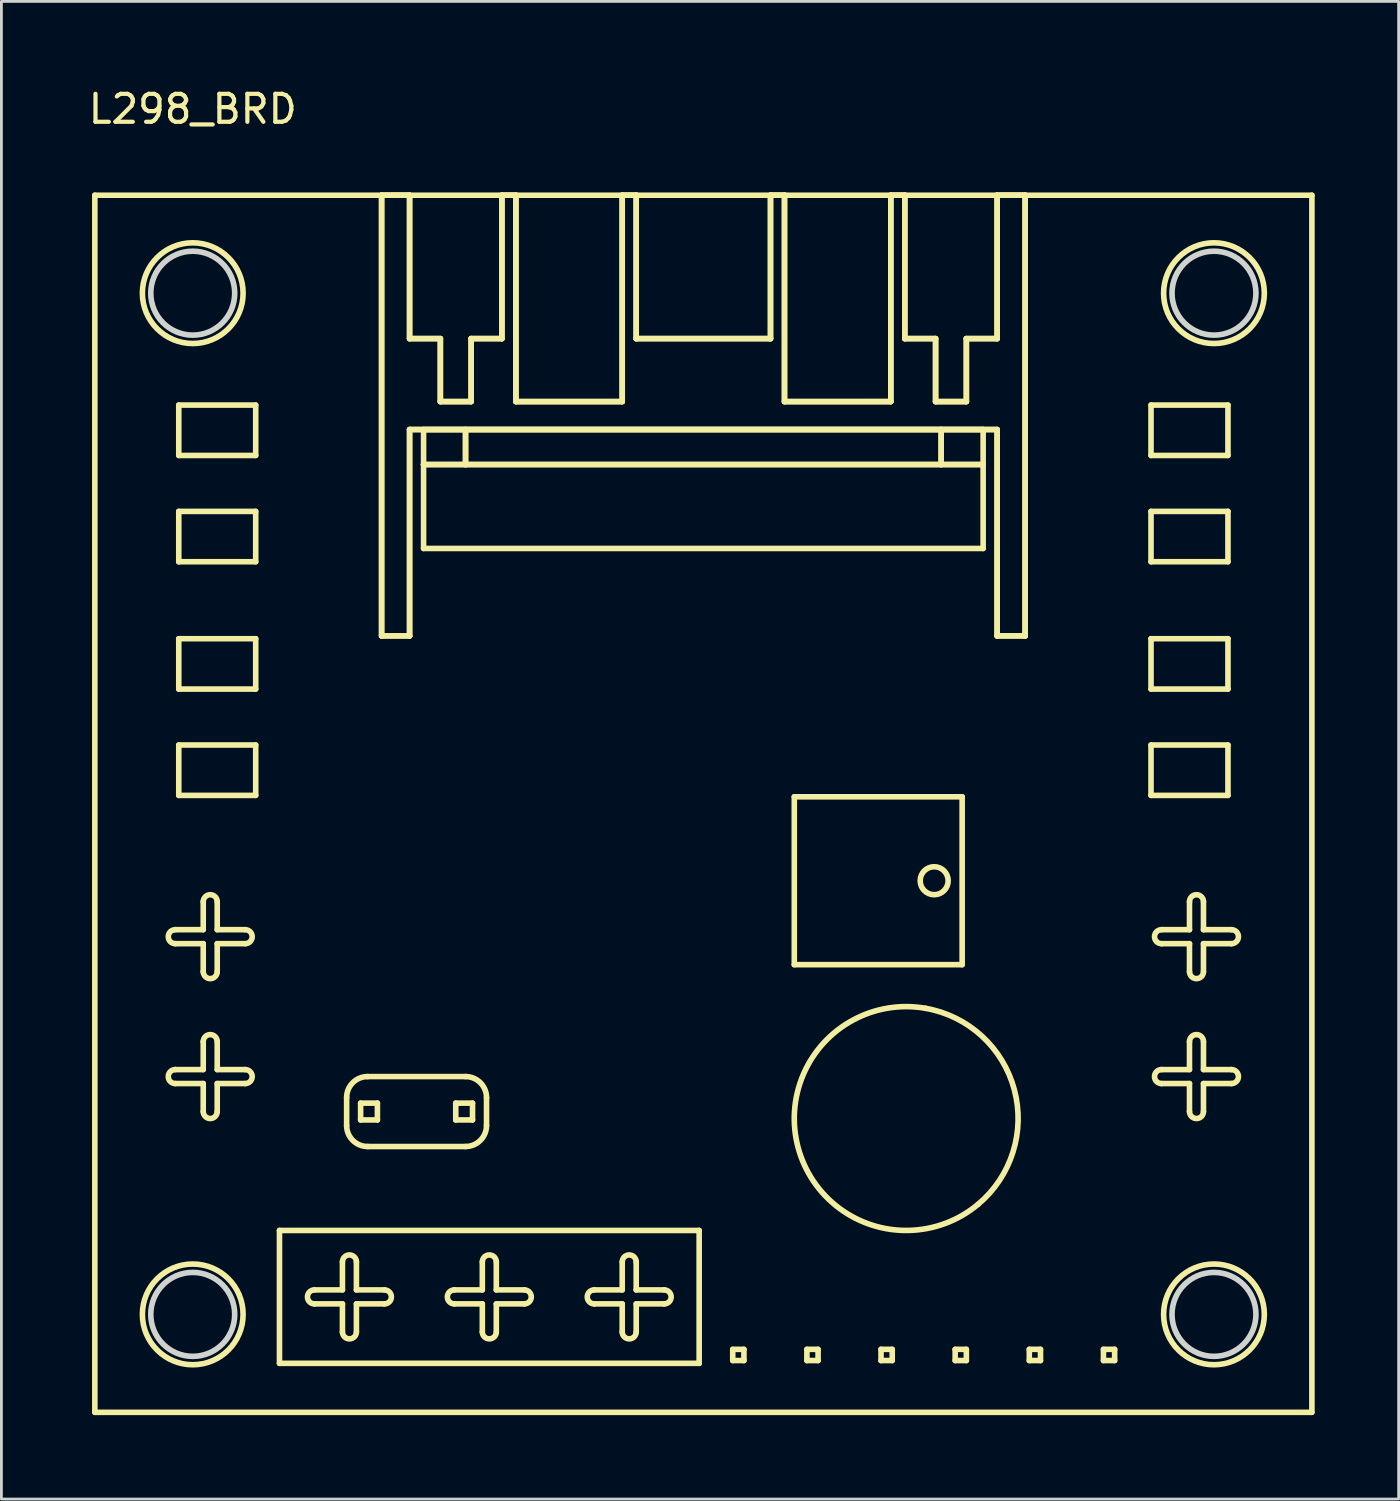
<source format=kicad_pcb>
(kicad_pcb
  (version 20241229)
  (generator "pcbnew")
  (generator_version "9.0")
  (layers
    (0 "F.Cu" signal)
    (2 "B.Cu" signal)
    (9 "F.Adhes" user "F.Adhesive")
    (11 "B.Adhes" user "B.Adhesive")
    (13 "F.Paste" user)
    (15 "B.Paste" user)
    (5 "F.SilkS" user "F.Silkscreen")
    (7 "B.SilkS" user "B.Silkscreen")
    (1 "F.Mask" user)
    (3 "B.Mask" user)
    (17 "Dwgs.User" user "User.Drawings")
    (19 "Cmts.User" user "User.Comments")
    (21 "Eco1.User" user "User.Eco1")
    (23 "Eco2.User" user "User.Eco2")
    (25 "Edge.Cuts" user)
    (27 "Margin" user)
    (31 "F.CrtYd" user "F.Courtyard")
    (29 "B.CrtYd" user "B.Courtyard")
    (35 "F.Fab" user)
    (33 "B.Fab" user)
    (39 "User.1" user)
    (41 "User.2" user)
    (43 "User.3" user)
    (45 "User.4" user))
  (footprint "L298_BRD"
    (layer "F.Cu")
    (at 3.839 7.428)
    (property "Reference" "L298_BRD" (at 0 -6.58 0) (unlocked yes) (layer "F.SilkS") (effects (font (size 1 1) (thickness 0.15))))
    (attr smd)
    (fp_line (start -3.5 -3.5) (end 40 -3.5) (stroke (width 0.2) (type solid)) (layer "F.SilkS"))
    (fp_line (start -3.5 40) (end -3.5 -3.5) (stroke (width 0.2) (type solid)) (layer "F.SilkS"))
    (fp_line (start -0.625 23.25) (end 0.375 23.25) (stroke (width 0.2) (type solid)) (layer "F.SilkS"))
    (fp_line (start -0.625 28.25) (end 0.375 28.25) (stroke (width 0.2) (type solid)) (layer "F.SilkS"))
    (fp_line (start -0.5 4) (end -0.5 5.8) (stroke (width 0.2) (type solid)) (layer "F.SilkS"))
    (fp_line (start -0.5 5.8) (end 2.25 5.8) (stroke (width 0.2) (type solid)) (layer "F.SilkS"))
    (fp_line (start -0.5 7.8) (end -0.5 9.6) (stroke (width 0.2) (type solid)) (layer "F.SilkS"))
    (fp_line (start -0.5 9.6) (end 2.25 9.6) (stroke (width 0.2) (type solid)) (layer "F.SilkS"))
    (fp_line (start -0.5 12.35) (end -0.5 14.15) (stroke (width 0.2) (type solid)) (layer "F.SilkS"))
    (fp_line (start -0.5 14.15) (end 2.25 14.15) (stroke (width 0.2) (type solid)) (layer "F.SilkS"))
    (fp_line (start -0.5 16.15) (end -0.5 17.95) (stroke (width 0.2) (type solid)) (layer "F.SilkS"))
    (fp_line (start -0.5 17.95) (end 2.25 17.95) (stroke (width 0.2) (type solid)) (layer "F.SilkS"))
    (fp_line (start 0.375 21.75) (end 0.375 22.75) (stroke (width 0.2) (type solid)) (layer "F.SilkS"))
    (fp_line (start 0.375 22.75) (end -0.625 22.75) (stroke (width 0.2) (type solid)) (layer "F.SilkS"))
    (fp_line (start 0.375 23.25) (end 0.375 24.25) (stroke (width 0.2) (type solid)) (layer "F.SilkS"))
    (fp_line (start 0.375 26.75) (end 0.375 27.75) (stroke (width 0.2) (type solid)) (layer "F.SilkS"))
    (fp_line (start 0.375 27.75) (end -0.625 27.75) (stroke (width 0.2) (type solid)) (layer "F.SilkS"))
    (fp_line (start 0.375 28.25) (end 0.375 29.25) (stroke (width 0.2) (type solid)) (layer "F.SilkS"))
    (fp_line (start 0.875 22.75) (end 0.875 21.75) (stroke (width 0.2) (type solid)) (layer "F.SilkS"))
    (fp_line (start 0.875 23.25) (end 1.875 23.25) (stroke (width 0.2) (type solid)) (layer "F.SilkS"))
    (fp_line (start 0.875 24.25) (end 0.875 23.25) (stroke (width 0.2) (type solid)) (layer "F.SilkS"))
    (fp_line (start 0.875 27.75) (end 0.875 26.75) (stroke (width 0.2) (type solid)) (layer "F.SilkS"))
    (fp_line (start 0.875 28.25) (end 1.875 28.25) (stroke (width 0.2) (type solid)) (layer "F.SilkS"))
    (fp_line (start 0.875 29.25) (end 0.875 28.25) (stroke (width 0.2) (type solid)) (layer "F.SilkS"))
    (fp_line (start 1.875 22.75) (end 0.875 22.75) (stroke (width 0.2) (type solid)) (layer "F.SilkS"))
    (fp_line (start 1.875 27.75) (end 0.875 27.75) (stroke (width 0.2) (type solid)) (layer "F.SilkS"))
    (fp_line (start 2.25 4) (end -0.5 4) (stroke (width 0.2) (type solid)) (layer "F.SilkS"))
    (fp_line (start 2.25 5.8) (end 2.25 4) (stroke (width 0.2) (type solid)) (layer "F.SilkS"))
    (fp_line (start 2.25 7.8) (end -0.5 7.8) (stroke (width 0.2) (type solid)) (layer "F.SilkS"))
    (fp_line (start 2.25 9.6) (end 2.25 7.8) (stroke (width 0.2) (type solid)) (layer "F.SilkS"))
    (fp_line (start 2.25 12.35) (end -0.5 12.35) (stroke (width 0.2) (type solid)) (layer "F.SilkS"))
    (fp_line (start 2.25 14.15) (end 2.25 12.35) (stroke (width 0.2) (type solid)) (layer "F.SilkS"))
    (fp_line (start 2.25 16.15) (end -0.5 16.15) (stroke (width 0.2) (type solid)) (layer "F.SilkS"))
    (fp_line (start 2.25 17.95) (end 2.25 16.15) (stroke (width 0.2) (type solid)) (layer "F.SilkS"))
    (fp_line (start 3.1 33.5) (end 3.1 38.25) (stroke (width 0.2) (type solid)) (layer "F.SilkS"))
    (fp_line (start 3.1 38.25) (end 18.1 38.25) (stroke (width 0.2) (type solid)) (layer "F.SilkS"))
    (fp_line (start 4.35 36.125) (end 5.35 36.125) (stroke (width 0.2) (type solid)) (layer "F.SilkS"))
    (fp_line (start 5.35 34.625) (end 5.35 35.625) (stroke (width 0.2) (type solid)) (layer "F.SilkS"))
    (fp_line (start 5.35 35.625) (end 4.35 35.625) (stroke (width 0.2) (type solid)) (layer "F.SilkS"))
    (fp_line (start 5.35 36.125) (end 5.35 37.125) (stroke (width 0.2) (type solid)) (layer "F.SilkS"))
    (fp_line (start 5.5 28.75) (end 5.5 29.75) (stroke (width 0.2) (type solid)) (layer "F.SilkS"))
    (fp_line (start 5.85 35.625) (end 5.85 34.625) (stroke (width 0.2) (type solid)) (layer "F.SilkS"))
    (fp_line (start 5.85 36.125) (end 6.85 36.125) (stroke (width 0.2) (type solid)) (layer "F.SilkS"))
    (fp_line (start 5.85 37.125) (end 5.85 36.125) (stroke (width 0.2) (type solid)) (layer "F.SilkS"))
    (fp_line (start 6 28.95) (end 6.6 28.95) (stroke (width 0.2) (type solid)) (layer "F.SilkS"))
    (fp_line (start 6 29.55) (end 6 28.95) (stroke (width 0.2) (type solid)) (layer "F.SilkS"))
    (fp_line (start 6.25 30.5) (end 9.75 30.5) (stroke (width 0.2) (type solid)) (layer "F.SilkS"))
    (fp_line (start 6.6 28.95) (end 6.6 29.55) (stroke (width 0.2) (type solid)) (layer "F.SilkS"))
    (fp_line (start 6.6 29.55) (end 6 29.55) (stroke (width 0.2) (type solid)) (layer "F.SilkS"))
    (fp_line (start 6.75 -3.5) (end 6.75 12.25) (stroke (width 0.2) (type solid)) (layer "F.SilkS"))
    (fp_line (start 6.75 -3.5) (end 6.75 12.25) (stroke (width 0.2) (type solid)) (layer "F.SilkS"))
    (fp_line (start 6.75 12.25) (end 7.75 12.25) (stroke (width 0.2) (type solid)) (layer "F.SilkS"))
    (fp_line (start 6.75 12.25) (end 7.75 12.25) (stroke (width 0.2) (type solid)) (layer "F.SilkS"))
    (fp_line (start 6.85 35.625) (end 5.85 35.625) (stroke (width 0.2) (type solid)) (layer "F.SilkS"))
    (fp_line (start 7.75 -3.5) (end 6.75 -3.5) (stroke (width 0.2) (type solid)) (layer "F.SilkS"))
    (fp_line (start 7.75 -3.5) (end 6.75 -3.5) (stroke (width 0.2) (type solid)) (layer "F.SilkS"))
    (fp_line (start 7.75 1.625) (end 7.75 -3.5) (stroke (width 0.2) (type solid)) (layer "F.SilkS"))
    (fp_line (start 7.75 1.625) (end 7.75 -3.5) (stroke (width 0.2) (type solid)) (layer "F.SilkS"))
    (fp_line (start 7.75 4.875) (end 28.75 4.875) (stroke (width 0.2) (type solid)) (layer "F.SilkS"))
    (fp_line (start 7.75 4.875) (end 28.75 4.875) (stroke (width 0.2) (type solid)) (layer "F.SilkS"))
    (fp_line (start 7.75 12.25) (end 7.75 4.875) (stroke (width 0.2) (type solid)) (layer "F.SilkS"))
    (fp_line (start 7.75 12.25) (end 7.75 4.875) (stroke (width 0.2) (type solid)) (layer "F.SilkS"))
    (fp_line (start 8.25 4.875) (end 8.25 6.125) (stroke (width 0.2) (type solid)) (layer "F.SilkS"))
    (fp_line (start 8.25 6.125) (end 8.25 9.125) (stroke (width 0.2) (type solid)) (layer "F.SilkS"))
    (fp_line (start 8.25 6.125) (end 9.75 6.125) (stroke (width 0.2) (type solid)) (layer "F.SilkS"))
    (fp_line (start 8.25 9.125) (end 28.25 9.125) (stroke (width 0.2) (type solid)) (layer "F.SilkS"))
    (fp_line (start 8.85 1.625) (end 7.75 1.625) (stroke (width 0.2) (type solid)) (layer "F.SilkS"))
    (fp_line (start 8.85 1.625) (end 7.75 1.625) (stroke (width 0.2) (type solid)) (layer "F.SilkS"))
    (fp_line (start 8.85 3.875) (end 8.85 1.625) (stroke (width 0.2) (type solid)) (layer "F.SilkS"))
    (fp_line (start 8.85 3.875) (end 8.85 1.625) (stroke (width 0.2) (type solid)) (layer "F.SilkS"))
    (fp_line (start 9.35 36.125) (end 10.35 36.125) (stroke (width 0.2) (type solid)) (layer "F.SilkS"))
    (fp_line (start 9.4 28.95) (end 10 28.95) (stroke (width 0.2) (type solid)) (layer "F.SilkS"))
    (fp_line (start 9.4 29.55) (end 9.4 28.95) (stroke (width 0.2) (type solid)) (layer "F.SilkS"))
    (fp_line (start 9.75 4.875) (end 8.25 4.875) (stroke (width 0.2) (type solid)) (layer "F.SilkS"))
    (fp_line (start 9.75 4.875) (end 9.75 6.125) (stroke (width 0.2) (type solid)) (layer "F.SilkS"))
    (fp_line (start 9.75 6.125) (end 9.75 4.875) (stroke (width 0.2) (type solid)) (layer "F.SilkS"))
    (fp_line (start 9.75 6.125) (end 26.75 6.125) (stroke (width 0.2) (type solid)) (layer "F.SilkS"))
    (fp_line (start 9.75 28) (end 6.25 28) (stroke (width 0.2) (type solid)) (layer "F.SilkS"))
    (fp_line (start 9.95 1.625) (end 9.95 3.875) (stroke (width 0.2) (type solid)) (layer "F.SilkS"))
    (fp_line (start 9.95 1.625) (end 9.95 3.875) (stroke (width 0.2) (type solid)) (layer "F.SilkS"))
    (fp_line (start 9.95 3.875) (end 8.85 3.875) (stroke (width 0.2) (type solid)) (layer "F.SilkS"))
    (fp_line (start 9.95 3.875) (end 8.85 3.875) (stroke (width 0.2) (type solid)) (layer "F.SilkS"))
    (fp_line (start 10 28.95) (end 10 29.55) (stroke (width 0.2) (type solid)) (layer "F.SilkS"))
    (fp_line (start 10 29.55) (end 9.4 29.55) (stroke (width 0.2) (type solid)) (layer "F.SilkS"))
    (fp_line (start 10.35 34.625) (end 10.35 35.625) (stroke (width 0.2) (type solid)) (layer "F.SilkS"))
    (fp_line (start 10.35 35.625) (end 9.35 35.625) (stroke (width 0.2) (type solid)) (layer "F.SilkS"))
    (fp_line (start 10.35 36.125) (end 10.35 37.125) (stroke (width 0.2) (type solid)) (layer "F.SilkS"))
    (fp_line (start 10.5 29.75) (end 10.5 28.75) (stroke (width 0.2) (type solid)) (layer "F.SilkS"))
    (fp_line (start 10.85 35.625) (end 10.85 34.625) (stroke (width 0.2) (type solid)) (layer "F.SilkS"))
    (fp_line (start 10.85 36.125) (end 11.85 36.125) (stroke (width 0.2) (type solid)) (layer "F.SilkS"))
    (fp_line (start 10.85 37.125) (end 10.85 36.125) (stroke (width 0.2) (type solid)) (layer "F.SilkS"))
    (fp_line (start 11.05 -3.5) (end 11.05 1.625) (stroke (width 0.2) (type solid)) (layer "F.SilkS"))
    (fp_line (start 11.05 -3.5) (end 11.05 1.625) (stroke (width 0.2) (type solid)) (layer "F.SilkS"))
    (fp_line (start 11.05 1.625) (end 9.95 1.625) (stroke (width 0.2) (type solid)) (layer "F.SilkS"))
    (fp_line (start 11.05 1.625) (end 9.95 1.625) (stroke (width 0.2) (type solid)) (layer "F.SilkS"))
    (fp_line (start 11.55 -3.5) (end 11.05 -3.5) (stroke (width 0.2) (type solid)) (layer "F.SilkS"))
    (fp_line (start 11.55 -3.5) (end 11.05 -3.5) (stroke (width 0.2) (type solid)) (layer "F.SilkS"))
    (fp_line (start 11.55 3.875) (end 11.55 -3.5) (stroke (width 0.2) (type solid)) (layer "F.SilkS"))
    (fp_line (start 11.55 3.875) (end 11.55 -3.5) (stroke (width 0.2) (type solid)) (layer "F.SilkS"))
    (fp_line (start 11.85 35.625) (end 10.85 35.625) (stroke (width 0.2) (type solid)) (layer "F.SilkS"))
    (fp_line (start 14.35 36.125) (end 15.35 36.125) (stroke (width 0.2) (type solid)) (layer "F.SilkS"))
    (fp_line (start 15.35 -3.5) (end 15.35 3.875) (stroke (width 0.2) (type solid)) (layer "F.SilkS"))
    (fp_line (start 15.35 -3.5) (end 15.35 3.875) (stroke (width 0.2) (type solid)) (layer "F.SilkS"))
    (fp_line (start 15.35 3.875) (end 11.55 3.875) (stroke (width 0.2) (type solid)) (layer "F.SilkS"))
    (fp_line (start 15.35 3.875) (end 11.55 3.875) (stroke (width 0.2) (type solid)) (layer "F.SilkS"))
    (fp_line (start 15.35 34.625) (end 15.35 35.625) (stroke (width 0.2) (type solid)) (layer "F.SilkS"))
    (fp_line (start 15.35 35.625) (end 14.35 35.625) (stroke (width 0.2) (type solid)) (layer "F.SilkS"))
    (fp_line (start 15.35 36.125) (end 15.35 37.125) (stroke (width 0.2) (type solid)) (layer "F.SilkS"))
    (fp_line (start 15.85 -3.5) (end 15.35 -3.5) (stroke (width 0.2) (type solid)) (layer "F.SilkS"))
    (fp_line (start 15.85 -3.5) (end 15.35 -3.5) (stroke (width 0.2) (type solid)) (layer "F.SilkS"))
    (fp_line (start 15.85 1.625) (end 15.85 -3.5) (stroke (width 0.2) (type solid)) (layer "F.SilkS"))
    (fp_line (start 15.85 1.625) (end 15.85 -3.5) (stroke (width 0.2) (type solid)) (layer "F.SilkS"))
    (fp_line (start 15.85 35.625) (end 15.85 34.625) (stroke (width 0.2) (type solid)) (layer "F.SilkS"))
    (fp_line (start 15.85 36.125) (end 16.85 36.125) (stroke (width 0.2) (type solid)) (layer "F.SilkS"))
    (fp_line (start 15.85 37.125) (end 15.85 36.125) (stroke (width 0.2) (type solid)) (layer "F.SilkS"))
    (fp_line (start 16.85 35.625) (end 15.85 35.625) (stroke (width 0.2) (type solid)) (layer "F.SilkS"))
    (fp_line (start 18.1 33.5) (end 3.1 33.5) (stroke (width 0.2) (type solid)) (layer "F.SilkS"))
    (fp_line (start 18.1 38.25) (end 18.1 33.5) (stroke (width 0.2) (type solid)) (layer "F.SilkS"))
    (fp_line (start 19.3 37.75) (end 19.3 38.15) (stroke (width 0.2) (type solid)) (layer "F.SilkS"))
    (fp_line (start 19.3 38.15) (end 19.7 38.15) (stroke (width 0.2) (type solid)) (layer "F.SilkS"))
    (fp_line (start 19.7 37.75) (end 19.3 37.75) (stroke (width 0.2) (type solid)) (layer "F.SilkS"))
    (fp_line (start 19.7 38.15) (end 19.7 37.75) (stroke (width 0.2) (type solid)) (layer "F.SilkS"))
    (fp_line (start 20.65 -3.5) (end 20.65 1.625) (stroke (width 0.2) (type solid)) (layer "F.SilkS"))
    (fp_line (start 20.65 -3.5) (end 20.65 1.625) (stroke (width 0.2) (type solid)) (layer "F.SilkS"))
    (fp_line (start 20.65 1.625) (end 15.85 1.625) (stroke (width 0.2) (type solid)) (layer "F.SilkS"))
    (fp_line (start 20.65 1.625) (end 15.85 1.625) (stroke (width 0.2) (type solid)) (layer "F.SilkS"))
    (fp_line (start 21.15 -3.5) (end 20.65 -3.5) (stroke (width 0.2) (type solid)) (layer "F.SilkS"))
    (fp_line (start 21.15 -3.5) (end 20.65 -3.5) (stroke (width 0.2) (type solid)) (layer "F.SilkS"))
    (fp_line (start 21.15 3.875) (end 21.15 -3.5) (stroke (width 0.2) (type solid)) (layer "F.SilkS"))
    (fp_line (start 21.15 3.875) (end 21.15 -3.5) (stroke (width 0.2) (type solid)) (layer "F.SilkS"))
    (fp_line (start 21.5 18) (end 21.5 24) (stroke (width 0.2) (type solid)) (layer "F.SilkS"))
    (fp_line (start 21.5 24) (end 27.5 24) (stroke (width 0.2) (type solid)) (layer "F.SilkS"))
    (fp_line (start 21.95 37.75) (end 21.95 38.15) (stroke (width 0.2) (type solid)) (layer "F.SilkS"))
    (fp_line (start 21.95 38.15) (end 22.35 38.15) (stroke (width 0.2) (type solid)) (layer "F.SilkS"))
    (fp_line (start 22.35 37.75) (end 21.95 37.75) (stroke (width 0.2) (type solid)) (layer "F.SilkS"))
    (fp_line (start 22.35 38.15) (end 22.35 37.75) (stroke (width 0.2) (type solid)) (layer "F.SilkS"))
    (fp_line (start 24.6 37.75) (end 24.6 38.15) (stroke (width 0.2) (type solid)) (layer "F.SilkS"))
    (fp_line (start 24.6 38.15) (end 25 38.15) (stroke (width 0.2) (type solid)) (layer "F.SilkS"))
    (fp_line (start 24.95 -3.5) (end 24.95 3.875) (stroke (width 0.2) (type solid)) (layer "F.SilkS"))
    (fp_line (start 24.95 -3.5) (end 24.95 3.875) (stroke (width 0.2) (type solid)) (layer "F.SilkS"))
    (fp_line (start 24.95 3.875) (end 21.15 3.875) (stroke (width 0.2) (type solid)) (layer "F.SilkS"))
    (fp_line (start 24.95 3.875) (end 21.15 3.875) (stroke (width 0.2) (type solid)) (layer "F.SilkS"))
    (fp_line (start 25 37.75) (end 24.6 37.75) (stroke (width 0.2) (type solid)) (layer "F.SilkS"))
    (fp_line (start 25 38.15) (end 25 37.75) (stroke (width 0.2) (type solid)) (layer "F.SilkS"))
    (fp_line (start 25.45 -3.5) (end 24.95 -3.5) (stroke (width 0.2) (type solid)) (layer "F.SilkS"))
    (fp_line (start 25.45 -3.5) (end 24.95 -3.5) (stroke (width 0.2) (type solid)) (layer "F.SilkS"))
    (fp_line (start 25.45 1.625) (end 25.45 -3.5) (stroke (width 0.2) (type solid)) (layer "F.SilkS"))
    (fp_line (start 25.45 1.625) (end 25.45 -3.5) (stroke (width 0.2) (type solid)) (layer "F.SilkS"))
    (fp_line (start 26.55 1.625) (end 25.45 1.625) (stroke (width 0.2) (type solid)) (layer "F.SilkS"))
    (fp_line (start 26.55 1.625) (end 25.45 1.625) (stroke (width 0.2) (type solid)) (layer "F.SilkS"))
    (fp_line (start 26.55 3.875) (end 26.55 1.625) (stroke (width 0.2) (type solid)) (layer "F.SilkS"))
    (fp_line (start 26.55 3.875) (end 26.55 1.625) (stroke (width 0.2) (type solid)) (layer "F.SilkS"))
    (fp_line (start 26.75 4.875) (end 9.75 4.875) (stroke (width 0.2) (type solid)) (layer "F.SilkS"))
    (fp_line (start 26.75 4.875) (end 28.25 4.875) (stroke (width 0.2) (type solid)) (layer "F.SilkS"))
    (fp_line (start 26.75 6.125) (end 26.75 4.875) (stroke (width 0.2) (type solid)) (layer "F.SilkS"))
    (fp_line (start 26.75 6.125) (end 26.75 4.875) (stroke (width 0.2) (type solid)) (layer "F.SilkS"))
    (fp_line (start 27.25 37.75) (end 27.25 38.15) (stroke (width 0.2) (type solid)) (layer "F.SilkS"))
    (fp_line (start 27.25 38.15) (end 27.65 38.15) (stroke (width 0.2) (type solid)) (layer "F.SilkS"))
    (fp_line (start 27.5 18) (end 21.5 18) (stroke (width 0.2) (type solid)) (layer "F.SilkS"))
    (fp_line (start 27.5 24) (end 27.5 18) (stroke (width 0.2) (type solid)) (layer "F.SilkS"))
    (fp_line (start 27.65 1.625) (end 27.65 3.875) (stroke (width 0.2) (type solid)) (layer "F.SilkS"))
    (fp_line (start 27.65 1.625) (end 27.65 3.875) (stroke (width 0.2) (type solid)) (layer "F.SilkS"))
    (fp_line (start 27.65 3.875) (end 26.55 3.875) (stroke (width 0.2) (type solid)) (layer "F.SilkS"))
    (fp_line (start 27.65 3.875) (end 26.55 3.875) (stroke (width 0.2) (type solid)) (layer "F.SilkS"))
    (fp_line (start 27.65 37.75) (end 27.25 37.75) (stroke (width 0.2) (type solid)) (layer "F.SilkS"))
    (fp_line (start 27.65 38.15) (end 27.65 37.75) (stroke (width 0.2) (type solid)) (layer "F.SilkS"))
    (fp_line (start 28.25 4.875) (end 28.25 6.125) (stroke (width 0.2) (type solid)) (layer "F.SilkS"))
    (fp_line (start 28.25 6.125) (end 8.25 6.125) (stroke (width 0.2) (type solid)) (layer "F.SilkS"))
    (fp_line (start 28.25 6.125) (end 26.75 6.125) (stroke (width 0.2) (type solid)) (layer "F.SilkS"))
    (fp_line (start 28.25 9.125) (end 28.25 6.125) (stroke (width 0.2) (type solid)) (layer "F.SilkS"))
    (fp_line (start 28.75 -3.5) (end 28.75 1.625) (stroke (width 0.2) (type solid)) (layer "F.SilkS"))
    (fp_line (start 28.75 -3.5) (end 28.75 1.625) (stroke (width 0.2) (type solid)) (layer "F.SilkS"))
    (fp_line (start 28.75 1.625) (end 27.65 1.625) (stroke (width 0.2) (type solid)) (layer "F.SilkS"))
    (fp_line (start 28.75 1.625) (end 27.65 1.625) (stroke (width 0.2) (type solid)) (layer "F.SilkS"))
    (fp_line (start 28.75 4.875) (end 28.75 12.25) (stroke (width 0.2) (type solid)) (layer "F.SilkS"))
    (fp_line (start 28.75 4.875) (end 28.75 12.25) (stroke (width 0.2) (type solid)) (layer "F.SilkS"))
    (fp_line (start 28.75 12.25) (end 29.75 12.25) (stroke (width 0.2) (type solid)) (layer "F.SilkS"))
    (fp_line (start 28.75 12.25) (end 29.75 12.25) (stroke (width 0.2) (type solid)) (layer "F.SilkS"))
    (fp_line (start 29.75 -3.5) (end 28.75 -3.5) (stroke (width 0.2) (type solid)) (layer "F.SilkS"))
    (fp_line (start 29.75 -3.5) (end 28.75 -3.5) (stroke (width 0.2) (type solid)) (layer "F.SilkS"))
    (fp_line (start 29.75 12.25) (end 29.75 -3.5) (stroke (width 0.2) (type solid)) (layer "F.SilkS"))
    (fp_line (start 29.75 12.25) (end 29.75 -3.5) (stroke (width 0.2) (type solid)) (layer "F.SilkS"))
    (fp_line (start 29.9 37.75) (end 29.9 38.15) (stroke (width 0.2) (type solid)) (layer "F.SilkS"))
    (fp_line (start 29.9 38.15) (end 30.3 38.15) (stroke (width 0.2) (type solid)) (layer "F.SilkS"))
    (fp_line (start 30.3 37.75) (end 29.9 37.75) (stroke (width 0.2) (type solid)) (layer "F.SilkS"))
    (fp_line (start 30.3 38.15) (end 30.3 37.75) (stroke (width 0.2) (type solid)) (layer "F.SilkS"))
    (fp_line (start 32.55 37.75) (end 32.55 38.15) (stroke (width 0.2) (type solid)) (layer "F.SilkS"))
    (fp_line (start 32.55 38.15) (end 32.95 38.15) (stroke (width 0.2) (type solid)) (layer "F.SilkS"))
    (fp_line (start 32.95 37.75) (end 32.55 37.75) (stroke (width 0.2) (type solid)) (layer "F.SilkS"))
    (fp_line (start 32.95 38.15) (end 32.95 37.75) (stroke (width 0.2) (type solid)) (layer "F.SilkS"))
    (fp_line (start 34.25 4) (end 34.25 5.8) (stroke (width 0.2) (type solid)) (layer "F.SilkS"))
    (fp_line (start 34.25 5.8) (end 37 5.8) (stroke (width 0.2) (type solid)) (layer "F.SilkS"))
    (fp_line (start 34.25 7.8) (end 34.25 9.6) (stroke (width 0.2) (type solid)) (layer "F.SilkS"))
    (fp_line (start 34.25 9.6) (end 37 9.6) (stroke (width 0.2) (type solid)) (layer "F.SilkS"))
    (fp_line (start 34.25 12.35) (end 34.25 14.15) (stroke (width 0.2) (type solid)) (layer "F.SilkS"))
    (fp_line (start 34.25 14.15) (end 37 14.15) (stroke (width 0.2) (type solid)) (layer "F.SilkS"))
    (fp_line (start 34.25 16.15) (end 34.25 17.95) (stroke (width 0.2) (type solid)) (layer "F.SilkS"))
    (fp_line (start 34.25 17.95) (end 37 17.95) (stroke (width 0.2) (type solid)) (layer "F.SilkS"))
    (fp_line (start 34.625 23.25) (end 35.625 23.25) (stroke (width 0.2) (type solid)) (layer "F.SilkS"))
    (fp_line (start 34.625 28.25) (end 35.625 28.25) (stroke (width 0.2) (type solid)) (layer "F.SilkS"))
    (fp_line (start 35.625 21.75) (end 35.625 22.75) (stroke (width 0.2) (type solid)) (layer "F.SilkS"))
    (fp_line (start 35.625 22.75) (end 34.625 22.75) (stroke (width 0.2) (type solid)) (layer "F.SilkS"))
    (fp_line (start 35.625 23.25) (end 35.625 24.25) (stroke (width 0.2) (type solid)) (layer "F.SilkS"))
    (fp_line (start 35.625 26.75) (end 35.625 27.75) (stroke (width 0.2) (type solid)) (layer "F.SilkS"))
    (fp_line (start 35.625 27.75) (end 34.625 27.75) (stroke (width 0.2) (type solid)) (layer "F.SilkS"))
    (fp_line (start 35.625 28.25) (end 35.625 29.25) (stroke (width 0.2) (type solid)) (layer "F.SilkS"))
    (fp_line (start 36.125 22.75) (end 36.125 21.75) (stroke (width 0.2) (type solid)) (layer "F.SilkS"))
    (fp_line (start 36.125 23.25) (end 37.125 23.25) (stroke (width 0.2) (type solid)) (layer "F.SilkS"))
    (fp_line (start 36.125 24.25) (end 36.125 23.25) (stroke (width 0.2) (type solid)) (layer "F.SilkS"))
    (fp_line (start 36.125 27.75) (end 36.125 26.75) (stroke (width 0.2) (type solid)) (layer "F.SilkS"))
    (fp_line (start 36.125 28.25) (end 37.125 28.25) (stroke (width 0.2) (type solid)) (layer "F.SilkS"))
    (fp_line (start 36.125 29.25) (end 36.125 28.25) (stroke (width 0.2) (type solid)) (layer "F.SilkS"))
    (fp_line (start 37 4) (end 34.25 4) (stroke (width 0.2) (type solid)) (layer "F.SilkS"))
    (fp_line (start 37 5.8) (end 37 4) (stroke (width 0.2) (type solid)) (layer "F.SilkS"))
    (fp_line (start 37 7.8) (end 34.25 7.8) (stroke (width 0.2) (type solid)) (layer "F.SilkS"))
    (fp_line (start 37 9.6) (end 37 7.8) (stroke (width 0.2) (type solid)) (layer "F.SilkS"))
    (fp_line (start 37 12.35) (end 34.25 12.35) (stroke (width 0.2) (type solid)) (layer "F.SilkS"))
    (fp_line (start 37 14.15) (end 37 12.35) (stroke (width 0.2) (type solid)) (layer "F.SilkS"))
    (fp_line (start 37 16.15) (end 34.25 16.15) (stroke (width 0.2) (type solid)) (layer "F.SilkS"))
    (fp_line (start 37 17.95) (end 37 16.15) (stroke (width 0.2) (type solid)) (layer "F.SilkS"))
    (fp_line (start 37.125 22.75) (end 36.125 22.75) (stroke (width 0.2) (type solid)) (layer "F.SilkS"))
    (fp_line (start 37.125 27.75) (end 36.125 27.75) (stroke (width 0.2) (type solid)) (layer "F.SilkS"))
    (fp_line (start 40 -3.5) (end 40 40) (stroke (width 0.2) (type solid)) (layer "F.SilkS"))
    (fp_line (start 40 40) (end -3.5 40) (stroke (width 0.2) (type solid)) (layer "F.SilkS"))
    (fp_arc (start -0.625 23.25) (mid -0.875 23) (end -0.625 22.75) (stroke (width 0.2) (type solid)) (layer "F.SilkS"))
    (fp_arc (start -0.625 28.25) (mid -0.875 28) (end -0.625 27.75) (stroke (width 0.2) (type solid)) (layer "F.SilkS"))
    (fp_arc (start 0.375 21.75) (mid 0.625 21.5) (end 0.875 21.75) (stroke (width 0.2) (type solid)) (layer "F.SilkS"))
    (fp_arc (start 0.375 26.75) (mid 0.625 26.5) (end 0.875 26.75) (stroke (width 0.2) (type solid)) (layer "F.SilkS"))
    (fp_arc (start 0.875 24.25) (mid 0.625 24.5) (end 0.375 24.25) (stroke (width 0.2) (type solid)) (layer "F.SilkS"))
    (fp_arc (start 0.875 29.25) (mid 0.625 29.5) (end 0.375 29.25) (stroke (width 0.2) (type solid)) (layer "F.SilkS"))
    (fp_arc (start 1.875 22.75) (mid 2.125 23) (end 1.875 23.25) (stroke (width 0.2) (type solid)) (layer "F.SilkS"))
    (fp_arc (start 1.875 27.75) (mid 2.125 28) (end 1.875 28.25) (stroke (width 0.2) (type solid)) (layer "F.SilkS"))
    (fp_arc (start 4.35 36.125) (mid 4.1 35.875) (end 4.35 35.625) (stroke (width 0.2) (type solid)) (layer "F.SilkS"))
    (fp_arc (start 5.35 34.625) (mid 5.6 34.375) (end 5.85 34.625) (stroke (width 0.2) (type solid)) (layer "F.SilkS"))
    (fp_arc (start 5.5 28.75) (mid 5.71967 28.21967) (end 6.25 28) (stroke (width 0.2) (type solid)) (layer "F.SilkS"))
    (fp_arc (start 5.85 37.125) (mid 5.6 37.375) (end 5.35 37.125) (stroke (width 0.2) (type solid)) (layer "F.SilkS"))
    (fp_arc (start 6.25 30.5) (mid 5.71967 30.28033) (end 5.5 29.75) (stroke (width 0.2) (type solid)) (layer "F.SilkS"))
    (fp_arc (start 6.85 35.625) (mid 7.1 35.875) (end 6.85 36.125) (stroke (width 0.2) (type solid)) (layer "F.SilkS"))
    (fp_arc (start 9.35 36.125) (mid 9.1 35.875) (end 9.35 35.625) (stroke (width 0.2) (type solid)) (layer "F.SilkS"))
    (fp_arc (start 9.75 28) (mid 10.28033 28.21967) (end 10.5 28.75) (stroke (width 0.2) (type solid)) (layer "F.SilkS"))
    (fp_arc (start 10.35 34.625) (mid 10.6 34.375) (end 10.85 34.625) (stroke (width 0.2) (type solid)) (layer "F.SilkS"))
    (fp_arc (start 10.5 29.75) (mid 10.28033 30.28033) (end 9.75 30.5) (stroke (width 0.2) (type solid)) (layer "F.SilkS"))
    (fp_arc (start 10.85 37.125) (mid 10.6 37.375) (end 10.35 37.125) (stroke (width 0.2) (type solid)) (layer "F.SilkS"))
    (fp_arc (start 11.85 35.625) (mid 12.1 35.875) (end 11.85 36.125) (stroke (width 0.2) (type solid)) (layer "F.SilkS"))
    (fp_arc (start 14.35 36.125) (mid 14.1 35.875) (end 14.35 35.625) (stroke (width 0.2) (type solid)) (layer "F.SilkS"))
    (fp_arc (start 15.35 34.625) (mid 15.6 34.375) (end 15.85 34.625) (stroke (width 0.2) (type solid)) (layer "F.SilkS"))
    (fp_arc (start 15.85 37.125) (mid 15.6 37.375) (end 15.35 37.125) (stroke (width 0.2) (type solid)) (layer "F.SilkS"))
    (fp_arc (start 16.85 35.625) (mid 17.1 35.875) (end 16.85 36.125) (stroke (width 0.2) (type solid)) (layer "F.SilkS"))
    (fp_arc (start 26.195131 25.560864) (mid 29.363703 28.464724) (end 28.071569 32.563826) (stroke (width 0.2) (type solid)) (layer "F.SilkS"))
    (fp_arc (start 28.071569 32.563826) (mid 21.636297 30.535276) (end 26.195131 25.560864) (stroke (width 0.2) (type solid)) (layer "F.SilkS"))
    (fp_arc (start 34.625 23.25) (mid 34.375 23) (end 34.625 22.75) (stroke (width 0.2) (type solid)) (layer "F.SilkS"))
    (fp_arc (start 34.625 28.25) (mid 34.375 28) (end 34.625 27.75) (stroke (width 0.2) (type solid)) (layer "F.SilkS"))
    (fp_arc (start 35.625 21.75) (mid 35.875 21.5) (end 36.125 21.75) (stroke (width 0.2) (type solid)) (layer "F.SilkS"))
    (fp_arc (start 35.625 26.75) (mid 35.875 26.5) (end 36.125 26.75) (stroke (width 0.2) (type solid)) (layer "F.SilkS"))
    (fp_arc (start 36.125 24.25) (mid 35.875 24.5) (end 35.625 24.25) (stroke (width 0.2) (type solid)) (layer "F.SilkS"))
    (fp_arc (start 36.125 29.25) (mid 35.875 29.5) (end 35.625 29.25) (stroke (width 0.2) (type solid)) (layer "F.SilkS"))
    (fp_arc (start 37.125 22.75) (mid 37.375 23) (end 37.125 23.25) (stroke (width 0.2) (type solid)) (layer "F.SilkS"))
    (fp_arc (start 37.125 27.75) (mid 37.375 28) (end 37.125 28.25) (stroke (width 0.2) (type solid)) (layer "F.SilkS"))
    (fp_circle (center 0 0) (end 1.8 0) (stroke (width 0.2) (type solid)) (fill no) (layer "F.SilkS"))
    (fp_circle (center 0 36.5) (end 1.8 36.5) (stroke (width 0.2) (type solid)) (fill no) (layer "F.SilkS"))
    (fp_circle (center 26.5 21) (end 26 21) (stroke (width 0.2) (type solid)) (fill no) (layer "F.SilkS"))
    (fp_circle (center 36.5 0) (end 38.3 0) (stroke (width 0.2) (type solid)) (fill no) (layer "F.SilkS"))
    (fp_circle (center 36.5 36.5) (end 38.3 36.5) (stroke (width 0.2) (type solid)) (fill no) (layer "F.SilkS"))
    (fp_circle (center 0 0) (end 1.5 0) (stroke (width 0.2) (type solid)) (fill no) (layer "Edge.Cuts"))
    (fp_circle (center 0 36.5) (end 1.5 36.5) (stroke (width 0.2) (type solid)) (fill no) (layer "Edge.Cuts"))
    (fp_circle (center 36.5 0) (end 38 0) (stroke (width 0.2) (type solid)) (fill no) (layer "Edge.Cuts"))
    (fp_circle (center 36.5 36.5) (end 38 36.5) (stroke (width 0.2) (type solid)) (fill no) (layer "Edge.Cuts")))
  (gr_rect
    (start -3 -3)
    (end 46.939 50.528)
    (stroke (width 0.1) (type default))
    (fill no)
    (layer "Edge.Cuts")))
</source>
